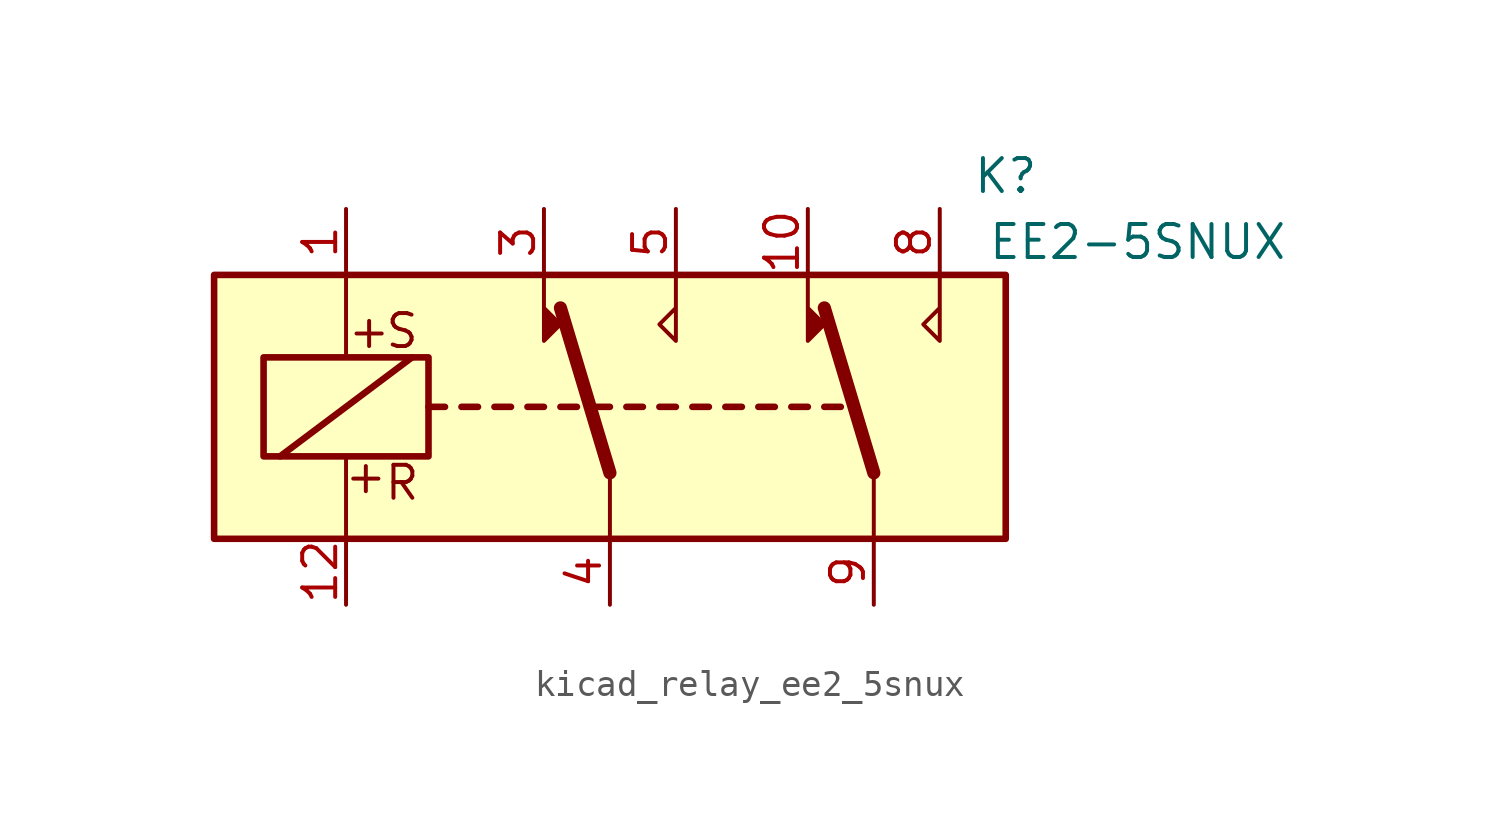
<source format=kicad_sym>
(kicad_symbol_lib
  (version 20220914)
  (generator kicad_symbol_editor)
  (symbol "kicad_relay_ee2_5snux"
    (property "Reference" "K"
      (at 15.24 8.89 0)
      (effects (font (size 1.27 1.27))))
    (property "Value" "EE2-5SNUX"
      (at 20.32 6.35 0)
      (effects (font (size 1.27 1.27))))
    (symbol "kicad_relay_ee2_5snux_1_1"
      (rectangle (start -15.24 5.08) (end 15.24 -5.08) (stroke (width 0.254) (type default)) (fill (type background)))
      (rectangle (start -13.335 1.905) (end -6.985 -1.905) (stroke (width 0.254) (type default)) (fill (type none)))
      (polyline (pts (xy -12.7 -1.905) (xy -7.62 1.905)) (stroke (width 0.254) (type default)) (fill (type none)))
      (polyline (pts (xy -10.16 -5.08) (xy -10.16 -1.905)) (stroke (width 0) (type default)) (fill (type none)))
      (polyline (pts (xy -10.16 5.08) (xy -10.16 1.905)) (stroke (width 0) (type default)) (fill (type none)))
      (polyline (pts (xy -6.985 0) (xy -6.35 0)) (stroke (width 0.254) (type default)) (fill (type none)))
      (polyline (pts (xy -5.715 0) (xy -5.08 0)) (stroke (width 0.254) (type default)) (fill (type none)))
      (polyline (pts (xy -4.445 0) (xy -3.81 0)) (stroke (width 0.254) (type default)) (fill (type none)))
      (polyline (pts (xy -3.175 0) (xy -2.54 0)) (stroke (width 0.254) (type default)) (fill (type none)))
      (polyline (pts (xy -1.905 0) (xy -1.27 0)) (stroke (width 0.254) (type default)) (fill (type none)))
      (polyline (pts (xy -0.635 0) (xy 0 0)) (stroke (width 0.254) (type default)) (fill (type none)))
      (polyline (pts (xy 0 -2.54) (xy -1.905 3.81)) (stroke (width 0.508) (type default)) (fill (type none)))
      (polyline (pts (xy 0 -2.54) (xy 0 -5.08)) (stroke (width 0) (type default)) (fill (type none)))
      (polyline (pts (xy 0.635 0) (xy 1.27 0)) (stroke (width 0.254) (type default)) (fill (type none)))
      (polyline (pts (xy 1.905 0) (xy 2.54 0)) (stroke (width 0.254) (type default)) (fill (type none)))
      (polyline (pts (xy 3.175 0) (xy 3.81 0)) (stroke (width 0.254) (type default)) (fill (type none)))
      (polyline (pts (xy 4.445 0) (xy 5.08 0)) (stroke (width 0.254) (type default)) (fill (type none)))
      (polyline (pts (xy 5.715 0) (xy 6.35 0)) (stroke (width 0.254) (type default)) (fill (type none)))
      (polyline (pts (xy 6.985 0) (xy 7.62 0)) (stroke (width 0.254) (type default)) (fill (type none)))
      (polyline (pts (xy 8.255 0) (xy 8.89 0)) (stroke (width 0.254) (type default)) (fill (type none)))
      (polyline (pts (xy 10.16 -2.54) (xy 8.255 3.81)) (stroke (width 0.508) (type default)) (fill (type none)))
      (polyline (pts (xy 10.16 -2.54) (xy 10.16 -5.08)) (stroke (width 0) (type default)) (fill (type none)))
      (polyline (pts (xy -2.54 5.08) (xy -2.54 2.54) (xy -1.905 3.175) (xy -2.54 3.81)) (stroke (width 0) (type default)) (fill (type outline)))
      (polyline (pts (xy 2.54 5.08) (xy 2.54 2.54) (xy 1.905 3.175) (xy 2.54 3.81)) (stroke (width 0) (type default)) (fill (type none)))
      (polyline (pts (xy 7.62 5.08) (xy 7.62 2.54) (xy 8.255 3.175) (xy 7.62 3.81)) (stroke (width 0) (type default)) (fill (type outline)))
      (polyline (pts (xy 12.7 5.08) (xy 12.7 2.54) (xy 12.065 3.175) (xy 12.7 3.81)) (stroke (width 0) (type default)) (fill (type none)))
      (text "+" (at -9.398 -2.667 0) (effects (font (size 1.27 1.27))))
      (text "+" (at -9.271 2.921 0) (effects (font (size 1.27 1.27))))
      (text "R" (at -8.001 -2.921 0) (effects (font (size 1.27 1.27))))
      (text "S" (at -8.001 2.921 0) (effects (font (size 1.27 1.27))))
      (pin passive line (at -10.16 7.62 270) (length 2.54) (name "~" (effects (font (size 1.27 1.27)))) (number "1" (effects (font (size 1.27 1.27)))))
      (pin passive line (at 7.62 7.62 270) (length 2.54) (name "~" (effects (font (size 1.27 1.27)))) (number "10" (effects (font (size 1.27 1.27)))))
      (pin passive line (at -10.16 -7.62 90) (length 2.54) (name "~" (effects (font (size 1.27 1.27)))) (number "12" (effects (font (size 1.27 1.27)))))
      (pin passive line (at -2.54 7.62 270) (length 2.54) (name "~" (effects (font (size 1.27 1.27)))) (number "3" (effects (font (size 1.27 1.27)))))
      (pin passive line (at 0 -7.62 90) (length 2.54) (name "~" (effects (font (size 1.27 1.27)))) (number "4" (effects (font (size 1.27 1.27)))))
      (pin passive line (at 2.54 7.62 270) (length 2.54) (name "~" (effects (font (size 1.27 1.27)))) (number "5" (effects (font (size 1.27 1.27)))))
      (pin passive line (at 12.7 7.62 270) (length 2.54) (name "~" (effects (font (size 1.27 1.27)))) (number "8" (effects (font (size 1.27 1.27)))))
      (pin passive line (at 10.16 -7.62 90) (length 2.54) (name "~" (effects (font (size 1.27 1.27)))) (number "9" (effects (font (size 1.27 1.27))))))))
</source>
